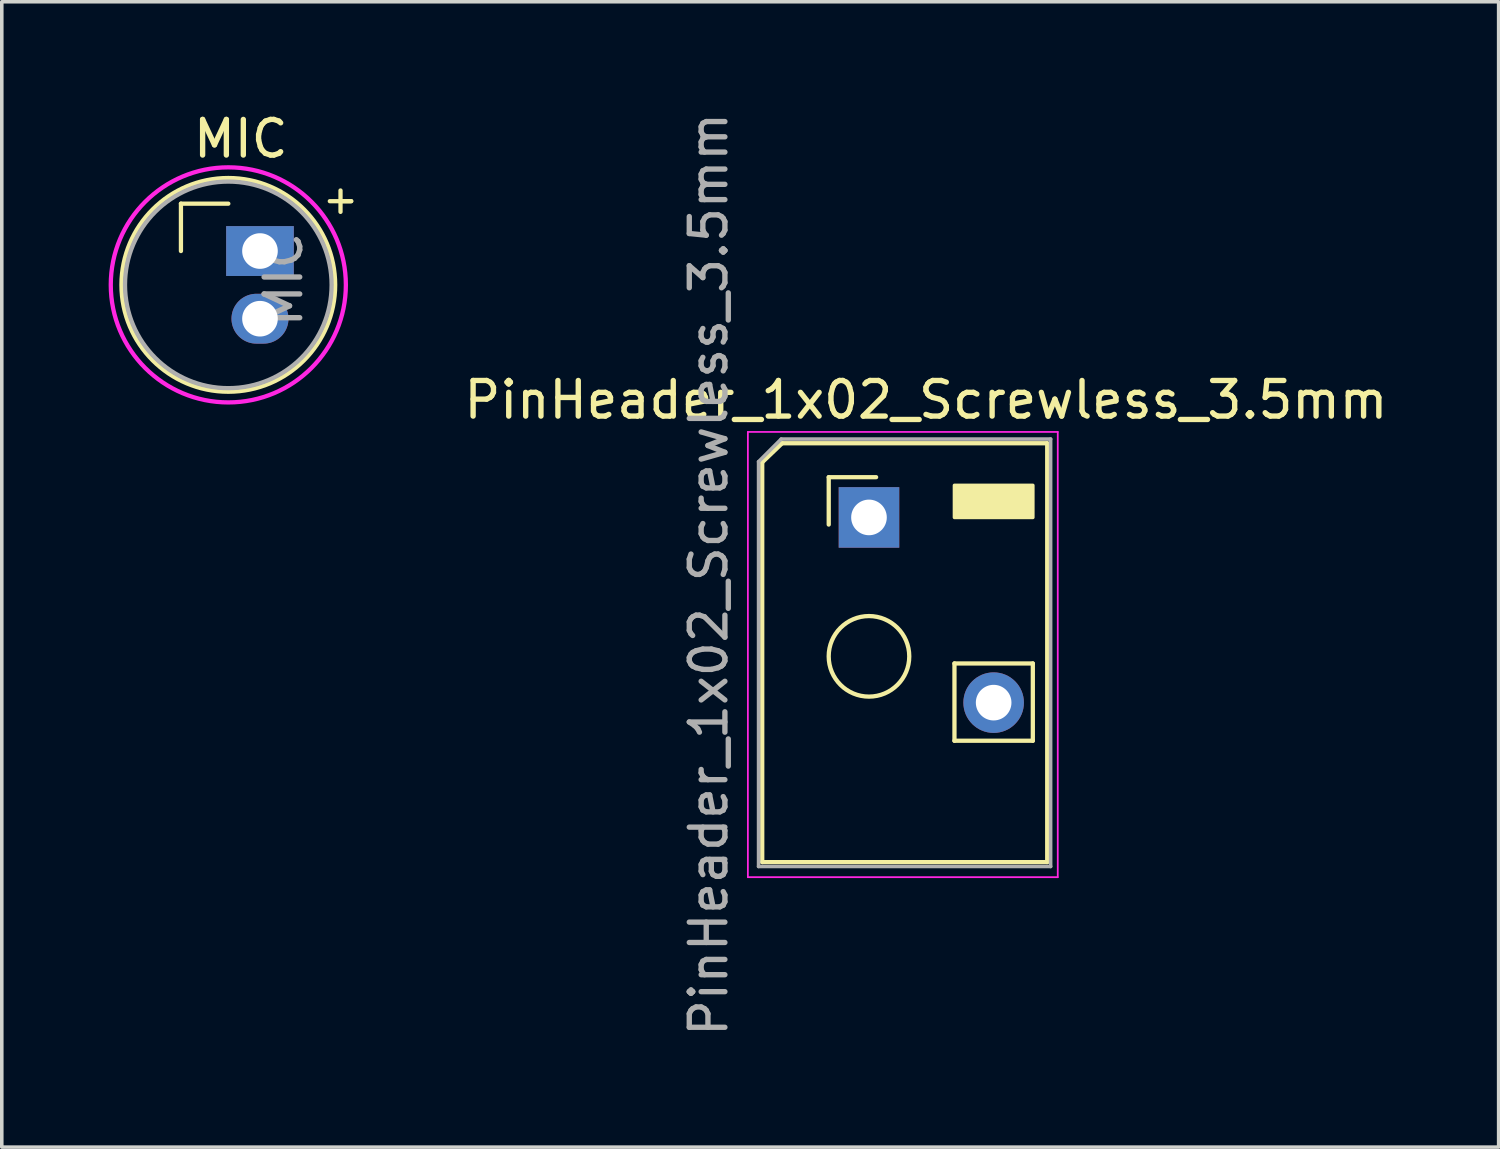
<source format=kicad_pcb>
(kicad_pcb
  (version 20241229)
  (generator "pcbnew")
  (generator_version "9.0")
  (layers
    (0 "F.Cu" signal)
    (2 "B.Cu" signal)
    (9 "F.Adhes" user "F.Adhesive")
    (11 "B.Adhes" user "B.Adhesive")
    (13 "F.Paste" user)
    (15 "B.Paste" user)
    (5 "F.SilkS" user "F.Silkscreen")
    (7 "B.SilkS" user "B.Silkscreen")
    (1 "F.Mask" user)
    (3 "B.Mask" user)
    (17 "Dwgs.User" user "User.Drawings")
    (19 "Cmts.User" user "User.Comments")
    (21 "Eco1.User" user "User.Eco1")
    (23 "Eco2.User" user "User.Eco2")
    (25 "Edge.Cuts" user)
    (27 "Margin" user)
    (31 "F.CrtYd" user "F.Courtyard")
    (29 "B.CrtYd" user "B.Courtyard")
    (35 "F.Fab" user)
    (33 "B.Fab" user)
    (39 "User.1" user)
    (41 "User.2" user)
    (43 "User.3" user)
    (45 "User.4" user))
  (footprint "PinHeader_1x02_Screwless_3.5mm"
    (layer "F.Cu")
    (at 21.347 11.477)
    (property "Reference" "PinHeader_1x02_Screwless_3.5mm" (at 1.6 -3.3 0) (layer "F.SilkS") (effects (font (size 1 1) (thickness 0.15))))
    (attr through_hole)
    (fp_line (start -2.997 -1.549) (end -2.438 -2.083) (stroke (width 0.12) (type solid)) (layer "F.SilkS"))
    (fp_line (start -2.997 9.677) (end -2.997 -1.549) (stroke (width 0.12) (type solid)) (layer "F.SilkS"))
    (fp_line (start -2.438 -2.083) (end 5.004 -2.083) (stroke (width 0.12) (type solid)) (layer "F.SilkS"))
    (fp_line (start -1.13 -1.13) (end 0.2 -1.13) (stroke (width 0.12) (type solid)) (layer "F.SilkS"))
    (fp_line (start -1.13 0.2) (end -1.13 -1.13) (stroke (width 0.12) (type solid)) (layer "F.SilkS"))
    (fp_line (start 2.4 4.1) (end 2.4 6.27) (stroke (width 0.12) (type solid)) (layer "F.SilkS"))
    (fp_line (start 2.4 4.1) (end 4.6 4.1) (stroke (width 0.12) (type solid)) (layer "F.SilkS"))
    (fp_line (start 2.4 6.27) (end 4.6 6.27) (stroke (width 0.12) (type solid)) (layer "F.SilkS"))
    (fp_line (start 4.6 4.1) (end 4.6 6.27) (stroke (width 0.12) (type solid)) (layer "F.SilkS"))
    (fp_line (start 5.004 -2.083) (end 5.004 9.677) (stroke (width 0.12) (type solid)) (layer "F.SilkS"))
    (fp_line (start 5.004 9.677) (end -2.997 9.677) (stroke (width 0.12) (type solid)) (layer "F.SilkS"))
    (fp_circle (center 0 3.9) (end 1.131 3.9) (stroke (width 0.12) (type solid)) (fill no) (layer "F.SilkS"))
    (fp_poly (pts (xy 4.6 0) (xy 2.4 0) (xy 2.4 -0.9) (xy 4.6 -0.9)) (stroke (width 0.1) (type solid)) (fill yes) (layer "F.SilkS"))
    (fp_line (start -3.4 -2.4) (end -3.4 10.1) (stroke (width 0.05) (type solid)) (layer "F.CrtYd"))
    (fp_line (start -3.4 10.1) (end 5.3 10.1) (stroke (width 0.05) (type solid)) (layer "F.CrtYd"))
    (fp_line (start 5.3 -2.4) (end -3.4 -2.4) (stroke (width 0.05) (type solid)) (layer "F.CrtYd"))
    (fp_line (start 5.3 10.1) (end 5.3 -2.4) (stroke (width 0.05) (type solid)) (layer "F.CrtYd"))
    (fp_line (start -3.1 -1.565) (end -2.465 -2.2) (stroke (width 0.1) (type solid)) (layer "F.Fab"))
    (fp_line (start -3.1 9.8) (end -3.1 -1.565) (stroke (width 0.1) (type solid)) (layer "F.Fab"))
    (fp_line (start -2.465 -2.2) (end 5.1 -2.2) (stroke (width 0.1) (type solid)) (layer "F.Fab"))
    (fp_line (start 5.1 -2.2) (end 5.1 9.8) (stroke (width 0.1) (type solid)) (layer "F.Fab"))
    (fp_line (start 5.1 9.8) (end -3.1 9.8) (stroke (width 0.1) (type solid)) (layer "F.Fab"))
    (fp_text user "${REFERENCE}" (at -4.5 1.6 90) (layer "F.Fab") (effects (font (size 1 1) (thickness 0.15))))
    (pad "1" thru_hole rect (at 0 0) (size 1.7 1.7) (drill 1) (layers "*.Cu" "*.Mask"))
    (pad "2" thru_hole oval (at 3.5 5.2) (size 1.7 1.7) (drill 1) (layers "*.Cu" "*.Mask")))
  (footprint "MIC"
    (layer "F.Cu")
    (at 3.36 3.998)
    (property "Reference" "MIC" (at 0.35 -3.15 0) (layer "F.SilkS") (effects (font (size 1 1) (thickness 0.15))))
    (attr through_hole)
    (fp_line (start -1.33 -1.33) (end 0 -1.33) (stroke (width 0.12) (type solid)) (layer "F.SilkS"))
    (fp_line (start -1.33 0) (end -1.33 -1.33) (stroke (width 0.12) (type solid)) (layer "F.SilkS"))
    (fp_line (start 3.15 -1.7) (end 3.15 -1.1) (stroke (width 0.12) (type solid)) (layer "F.SilkS"))
    (fp_line (start 3.15 -1.4) (end 3.45 -1.4) (stroke (width 0.12) (type solid)) (layer "F.SilkS"))
    (fp_line (start 3.45 -1.4) (end 2.85 -1.4) (stroke (width 0.12) (type solid)) (layer "F.SilkS"))
    (fp_circle (center 0 0.95) (end 3 0.95) (stroke (width 0.12) (type solid)) (fill no) (layer "F.SilkS"))
    (fp_circle (center 0 0.95) (end 3.3 0.95) (stroke (width 0.12) (type solid)) (fill no) (layer "F.CrtYd"))
    (fp_circle (center 0 0.95) (end 2.9 0.95) (stroke (width 0.12) (type solid)) (fill no) (layer "F.Fab"))
    (fp_text user "${REFERENCE}" (at 1.55 0.8 90) (layer "F.Fab") (effects (font (size 1 1) (thickness 0.15))))
    (pad "1" thru_hole rect (at 0.889 0) (size 1.9 1.4) (drill 1) (layers "*.Cu" "*.Mask"))
    (pad "2" thru_hole oval (at 0.889 1.9) (size 1.6 1.4) (drill 1) (layers "*.Cu" "*.Mask")))
  (gr_rect
    (start -3 -3)
    (end 39.025 29.155)
    (stroke (width 0.1) (type default))
    (fill no)
    (layer "Edge.Cuts")))
</source>
